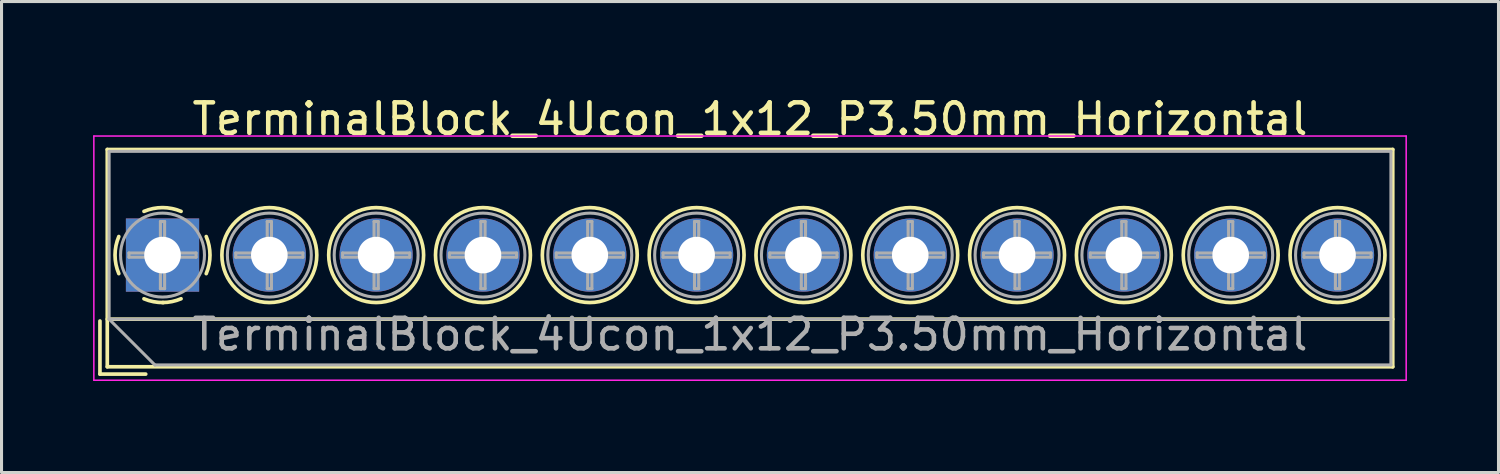
<source format=kicad_pcb>
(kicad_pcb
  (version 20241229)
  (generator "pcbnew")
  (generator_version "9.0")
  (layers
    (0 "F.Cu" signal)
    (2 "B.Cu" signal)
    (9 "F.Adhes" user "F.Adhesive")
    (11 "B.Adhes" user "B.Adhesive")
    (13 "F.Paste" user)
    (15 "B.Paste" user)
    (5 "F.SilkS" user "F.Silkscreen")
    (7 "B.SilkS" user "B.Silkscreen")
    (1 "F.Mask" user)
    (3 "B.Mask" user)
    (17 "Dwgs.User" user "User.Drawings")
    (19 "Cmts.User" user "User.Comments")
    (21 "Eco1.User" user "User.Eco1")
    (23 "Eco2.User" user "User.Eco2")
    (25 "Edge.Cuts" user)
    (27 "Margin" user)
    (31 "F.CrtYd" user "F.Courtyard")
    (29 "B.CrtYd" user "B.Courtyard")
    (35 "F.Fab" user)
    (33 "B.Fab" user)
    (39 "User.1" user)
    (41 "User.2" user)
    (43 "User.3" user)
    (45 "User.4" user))
  (footprint "TerminalBlock_4Ucon_1x12_P3.50mm_Horizontal"
    (layer "F.Cu")
    (at 2.275 5.308)
    (property "Reference" "TerminalBlock_4Ucon_1x12_P3.50mm_Horizontal" (at 19.25 -4.46 0) (layer "F.SilkS") (effects (font (size 1 1) (thickness 0.15))))
    (attr through_hole)
    (fp_line (start -2.05 2.16) (end -2.05 3.9) (stroke (width 0.12) (type solid)) (layer "F.SilkS"))
    (fp_line (start -2.05 3.9) (end -0.55 3.9) (stroke (width 0.12) (type solid)) (layer "F.SilkS"))
    (fp_line (start -1.81 -3.46) (end -1.81 3.66) (stroke (width 0.12) (type solid)) (layer "F.SilkS"))
    (fp_line (start -1.81 -3.46) (end 40.31 -3.46) (stroke (width 0.12) (type solid)) (layer "F.SilkS"))
    (fp_line (start -1.81 2.1) (end 40.31 2.1) (stroke (width 0.12) (type solid)) (layer "F.SilkS"))
    (fp_line (start -1.81 3.66) (end 40.31 3.66) (stroke (width 0.12) (type solid)) (layer "F.SilkS"))
    (fp_line (start 40.31 -3.46) (end 40.31 3.66) (stroke (width 0.12) (type solid)) (layer "F.SilkS"))
    (fp_arc (start -1.432109 0.607742) (mid -1.555727 -0.00014) (end -1.432 -0.608) (stroke (width 0.12) (type solid)) (layer "F.SilkS"))
    (fp_arc (start -0.607742 -1.432109) (mid 0.00014 -1.555727) (end 0.608 -1.432) (stroke (width 0.12) (type solid)) (layer "F.SilkS"))
    (fp_arc (start 0.027011 1.555493) (mid -0.296984 1.527118) (end -0.608 1.432) (stroke (width 0.12) (type solid)) (layer "F.SilkS"))
    (fp_arc (start 0.607587 1.431385) (mid 0.310017 1.523783) (end 0 1.555) (stroke (width 0.12) (type solid)) (layer "F.SilkS"))
    (fp_arc (start 1.432109 -0.607742) (mid 1.555727 0.00014) (end 1.432 0.608) (stroke (width 0.12) (type solid)) (layer "F.SilkS"))
    (fp_circle (center 3.5 0) (end 5.055 0) (stroke (width 0.12) (type solid)) (fill no) (layer "F.SilkS"))
    (fp_circle (center 7 0) (end 8.555 0) (stroke (width 0.12) (type solid)) (fill no) (layer "F.SilkS"))
    (fp_circle (center 10.5 0) (end 12.055 0) (stroke (width 0.12) (type solid)) (fill no) (layer "F.SilkS"))
    (fp_circle (center 14 0) (end 15.555 0) (stroke (width 0.12) (type solid)) (fill no) (layer "F.SilkS"))
    (fp_circle (center 17.5 0) (end 19.055 0) (stroke (width 0.12) (type solid)) (fill no) (layer "F.SilkS"))
    (fp_circle (center 21 0) (end 22.555 0) (stroke (width 0.12) (type solid)) (fill no) (layer "F.SilkS"))
    (fp_circle (center 24.5 0) (end 26.055 0) (stroke (width 0.12) (type solid)) (fill no) (layer "F.SilkS"))
    (fp_circle (center 28 0) (end 29.555 0) (stroke (width 0.12) (type solid)) (fill no) (layer "F.SilkS"))
    (fp_circle (center 31.5 0) (end 33.055 0) (stroke (width 0.12) (type solid)) (fill no) (layer "F.SilkS"))
    (fp_circle (center 35 0) (end 36.555 0) (stroke (width 0.12) (type solid)) (fill no) (layer "F.SilkS"))
    (fp_circle (center 38.5 0) (end 40.055 0) (stroke (width 0.12) (type solid)) (fill no) (layer "F.SilkS"))
    (fp_line (start -2.25 -3.9) (end -2.25 4.1) (stroke (width 0.05) (type solid)) (layer "F.CrtYd"))
    (fp_line (start -2.25 4.1) (end 40.75 4.1) (stroke (width 0.05) (type solid)) (layer "F.CrtYd"))
    (fp_line (start 40.75 -3.9) (end -2.25 -3.9) (stroke (width 0.05) (type solid)) (layer "F.CrtYd"))
    (fp_line (start 40.75 4.1) (end 40.75 -3.9) (stroke (width 0.05) (type solid)) (layer "F.CrtYd"))
    (fp_line (start -1.75 -3.4) (end 40.25 -3.4) (stroke (width 0.1) (type solid)) (layer "F.Fab"))
    (fp_line (start -1.75 2.1) (end -1.75 -3.4) (stroke (width 0.1) (type solid)) (layer "F.Fab"))
    (fp_line (start -1.75 2.1) (end 40.25 2.1) (stroke (width 0.1) (type solid)) (layer "F.Fab"))
    (fp_line (start -1.1 -0.069) (end -0.069 -0.069) (stroke (width 0.1) (type solid)) (layer "F.Fab"))
    (fp_line (start -1.1 0.069) (end -1.1 -0.069) (stroke (width 0.1) (type solid)) (layer "F.Fab"))
    (fp_line (start -0.25 3.6) (end -1.75 2.1) (stroke (width 0.1) (type solid)) (layer "F.Fab"))
    (fp_line (start -0.069 -1.1) (end 0.069 -1.1) (stroke (width 0.1) (type solid)) (layer "F.Fab"))
    (fp_line (start -0.069 -0.069) (end -0.069 -1.1) (stroke (width 0.1) (type solid)) (layer "F.Fab"))
    (fp_line (start -0.069 0.069) (end -1.1 0.069) (stroke (width 0.1) (type solid)) (layer "F.Fab"))
    (fp_line (start -0.069 1.1) (end -0.069 0.069) (stroke (width 0.1) (type solid)) (layer "F.Fab"))
    (fp_line (start 0.069 -1.1) (end 0.069 -0.069) (stroke (width 0.1) (type solid)) (layer "F.Fab"))
    (fp_line (start 0.069 -0.069) (end 1.1 -0.069) (stroke (width 0.1) (type solid)) (layer "F.Fab"))
    (fp_line (start 0.069 0.069) (end 0.069 1.1) (stroke (width 0.1) (type solid)) (layer "F.Fab"))
    (fp_line (start 0.069 1.1) (end -0.069 1.1) (stroke (width 0.1) (type solid)) (layer "F.Fab"))
    (fp_line (start 1.1 -0.069) (end 1.1 0.069) (stroke (width 0.1) (type solid)) (layer "F.Fab"))
    (fp_line (start 1.1 0.069) (end 0.069 0.069) (stroke (width 0.1) (type solid)) (layer "F.Fab"))
    (fp_line (start 2.4 -0.069) (end 3.431 -0.069) (stroke (width 0.1) (type solid)) (layer "F.Fab"))
    (fp_line (start 2.4 0.069) (end 2.4 -0.069) (stroke (width 0.1) (type solid)) (layer "F.Fab"))
    (fp_line (start 3.431 -1.1) (end 3.569 -1.1) (stroke (width 0.1) (type solid)) (layer "F.Fab"))
    (fp_line (start 3.431 -0.069) (end 3.431 -1.1) (stroke (width 0.1) (type solid)) (layer "F.Fab"))
    (fp_line (start 3.431 0.069) (end 2.4 0.069) (stroke (width 0.1) (type solid)) (layer "F.Fab"))
    (fp_line (start 3.431 1.1) (end 3.431 0.069) (stroke (width 0.1) (type solid)) (layer "F.Fab"))
    (fp_line (start 3.569 -1.1) (end 3.569 -0.069) (stroke (width 0.1) (type solid)) (layer "F.Fab"))
    (fp_line (start 3.569 -0.069) (end 4.6 -0.069) (stroke (width 0.1) (type solid)) (layer "F.Fab"))
    (fp_line (start 3.569 0.069) (end 3.569 1.1) (stroke (width 0.1) (type solid)) (layer "F.Fab"))
    (fp_line (start 3.569 1.1) (end 3.431 1.1) (stroke (width 0.1) (type solid)) (layer "F.Fab"))
    (fp_line (start 4.6 -0.069) (end 4.6 0.069) (stroke (width 0.1) (type solid)) (layer "F.Fab"))
    (fp_line (start 4.6 0.069) (end 3.569 0.069) (stroke (width 0.1) (type solid)) (layer "F.Fab"))
    (fp_line (start 5.9 -0.069) (end 6.931 -0.069) (stroke (width 0.1) (type solid)) (layer "F.Fab"))
    (fp_line (start 5.9 0.069) (end 5.9 -0.069) (stroke (width 0.1) (type solid)) (layer "F.Fab"))
    (fp_line (start 6.931 -1.1) (end 7.069 -1.1) (stroke (width 0.1) (type solid)) (layer "F.Fab"))
    (fp_line (start 6.931 -0.069) (end 6.931 -1.1) (stroke (width 0.1) (type solid)) (layer "F.Fab"))
    (fp_line (start 6.931 0.069) (end 5.9 0.069) (stroke (width 0.1) (type solid)) (layer "F.Fab"))
    (fp_line (start 6.931 1.1) (end 6.931 0.069) (stroke (width 0.1) (type solid)) (layer "F.Fab"))
    (fp_line (start 7.069 -1.1) (end 7.069 -0.069) (stroke (width 0.1) (type solid)) (layer "F.Fab"))
    (fp_line (start 7.069 -0.069) (end 8.1 -0.069) (stroke (width 0.1) (type solid)) (layer "F.Fab"))
    (fp_line (start 7.069 0.069) (end 7.069 1.1) (stroke (width 0.1) (type solid)) (layer "F.Fab"))
    (fp_line (start 7.069 1.1) (end 6.931 1.1) (stroke (width 0.1) (type solid)) (layer "F.Fab"))
    (fp_line (start 8.1 -0.069) (end 8.1 0.069) (stroke (width 0.1) (type solid)) (layer "F.Fab"))
    (fp_line (start 8.1 0.069) (end 7.069 0.069) (stroke (width 0.1) (type solid)) (layer "F.Fab"))
    (fp_line (start 9.4 -0.069) (end 10.431 -0.069) (stroke (width 0.1) (type solid)) (layer "F.Fab"))
    (fp_line (start 9.4 0.069) (end 9.4 -0.069) (stroke (width 0.1) (type solid)) (layer "F.Fab"))
    (fp_line (start 10.431 -1.1) (end 10.569 -1.1) (stroke (width 0.1) (type solid)) (layer "F.Fab"))
    (fp_line (start 10.431 -0.069) (end 10.431 -1.1) (stroke (width 0.1) (type solid)) (layer "F.Fab"))
    (fp_line (start 10.431 0.069) (end 9.4 0.069) (stroke (width 0.1) (type solid)) (layer "F.Fab"))
    (fp_line (start 10.431 1.1) (end 10.431 0.069) (stroke (width 0.1) (type solid)) (layer "F.Fab"))
    (fp_line (start 10.569 -1.1) (end 10.569 -0.069) (stroke (width 0.1) (type solid)) (layer "F.Fab"))
    (fp_line (start 10.569 -0.069) (end 11.6 -0.069) (stroke (width 0.1) (type solid)) (layer "F.Fab"))
    (fp_line (start 10.569 0.069) (end 10.569 1.1) (stroke (width 0.1) (type solid)) (layer "F.Fab"))
    (fp_line (start 10.569 1.1) (end 10.431 1.1) (stroke (width 0.1) (type solid)) (layer "F.Fab"))
    (fp_line (start 11.6 -0.069) (end 11.6 0.069) (stroke (width 0.1) (type solid)) (layer "F.Fab"))
    (fp_line (start 11.6 0.069) (end 10.569 0.069) (stroke (width 0.1) (type solid)) (layer "F.Fab"))
    (fp_line (start 12.9 -0.069) (end 13.931 -0.069) (stroke (width 0.1) (type solid)) (layer "F.Fab"))
    (fp_line (start 12.9 0.069) (end 12.9 -0.069) (stroke (width 0.1) (type solid)) (layer "F.Fab"))
    (fp_line (start 13.931 -1.1) (end 14.069 -1.1) (stroke (width 0.1) (type solid)) (layer "F.Fab"))
    (fp_line (start 13.931 -0.069) (end 13.931 -1.1) (stroke (width 0.1) (type solid)) (layer "F.Fab"))
    (fp_line (start 13.931 0.069) (end 12.9 0.069) (stroke (width 0.1) (type solid)) (layer "F.Fab"))
    (fp_line (start 13.931 1.1) (end 13.931 0.069) (stroke (width 0.1) (type solid)) (layer "F.Fab"))
    (fp_line (start 14.069 -1.1) (end 14.069 -0.069) (stroke (width 0.1) (type solid)) (layer "F.Fab"))
    (fp_line (start 14.069 -0.069) (end 15.1 -0.069) (stroke (width 0.1) (type solid)) (layer "F.Fab"))
    (fp_line (start 14.069 0.069) (end 14.069 1.1) (stroke (width 0.1) (type solid)) (layer "F.Fab"))
    (fp_line (start 14.069 1.1) (end 13.931 1.1) (stroke (width 0.1) (type solid)) (layer "F.Fab"))
    (fp_line (start 15.1 -0.069) (end 15.1 0.069) (stroke (width 0.1) (type solid)) (layer "F.Fab"))
    (fp_line (start 15.1 0.069) (end 14.069 0.069) (stroke (width 0.1) (type solid)) (layer "F.Fab"))
    (fp_line (start 16.4 -0.069) (end 17.431 -0.069) (stroke (width 0.1) (type solid)) (layer "F.Fab"))
    (fp_line (start 16.4 0.069) (end 16.4 -0.069) (stroke (width 0.1) (type solid)) (layer "F.Fab"))
    (fp_line (start 17.431 -1.1) (end 17.569 -1.1) (stroke (width 0.1) (type solid)) (layer "F.Fab"))
    (fp_line (start 17.431 -0.069) (end 17.431 -1.1) (stroke (width 0.1) (type solid)) (layer "F.Fab"))
    (fp_line (start 17.431 0.069) (end 16.4 0.069) (stroke (width 0.1) (type solid)) (layer "F.Fab"))
    (fp_line (start 17.431 1.1) (end 17.431 0.069) (stroke (width 0.1) (type solid)) (layer "F.Fab"))
    (fp_line (start 17.569 -1.1) (end 17.569 -0.069) (stroke (width 0.1) (type solid)) (layer "F.Fab"))
    (fp_line (start 17.569 -0.069) (end 18.6 -0.069) (stroke (width 0.1) (type solid)) (layer "F.Fab"))
    (fp_line (start 17.569 0.069) (end 17.569 1.1) (stroke (width 0.1) (type solid)) (layer "F.Fab"))
    (fp_line (start 17.569 1.1) (end 17.431 1.1) (stroke (width 0.1) (type solid)) (layer "F.Fab"))
    (fp_line (start 18.6 -0.069) (end 18.6 0.069) (stroke (width 0.1) (type solid)) (layer "F.Fab"))
    (fp_line (start 18.6 0.069) (end 17.569 0.069) (stroke (width 0.1) (type solid)) (layer "F.Fab"))
    (fp_line (start 19.9 -0.069) (end 20.931 -0.069) (stroke (width 0.1) (type solid)) (layer "F.Fab"))
    (fp_line (start 19.9 0.069) (end 19.9 -0.069) (stroke (width 0.1) (type solid)) (layer "F.Fab"))
    (fp_line (start 20.931 -1.1) (end 21.069 -1.1) (stroke (width 0.1) (type solid)) (layer "F.Fab"))
    (fp_line (start 20.931 -0.069) (end 20.931 -1.1) (stroke (width 0.1) (type solid)) (layer "F.Fab"))
    (fp_line (start 20.931 0.069) (end 19.9 0.069) (stroke (width 0.1) (type solid)) (layer "F.Fab"))
    (fp_line (start 20.931 1.1) (end 20.931 0.069) (stroke (width 0.1) (type solid)) (layer "F.Fab"))
    (fp_line (start 21.069 -1.1) (end 21.069 -0.069) (stroke (width 0.1) (type solid)) (layer "F.Fab"))
    (fp_line (start 21.069 -0.069) (end 22.1 -0.069) (stroke (width 0.1) (type solid)) (layer "F.Fab"))
    (fp_line (start 21.069 0.069) (end 21.069 1.1) (stroke (width 0.1) (type solid)) (layer "F.Fab"))
    (fp_line (start 21.069 1.1) (end 20.931 1.1) (stroke (width 0.1) (type solid)) (layer "F.Fab"))
    (fp_line (start 22.1 -0.069) (end 22.1 0.069) (stroke (width 0.1) (type solid)) (layer "F.Fab"))
    (fp_line (start 22.1 0.069) (end 21.069 0.069) (stroke (width 0.1) (type solid)) (layer "F.Fab"))
    (fp_line (start 23.4 -0.069) (end 24.431 -0.069) (stroke (width 0.1) (type solid)) (layer "F.Fab"))
    (fp_line (start 23.4 0.069) (end 23.4 -0.069) (stroke (width 0.1) (type solid)) (layer "F.Fab"))
    (fp_line (start 24.431 -1.1) (end 24.569 -1.1) (stroke (width 0.1) (type solid)) (layer "F.Fab"))
    (fp_line (start 24.431 -0.069) (end 24.431 -1.1) (stroke (width 0.1) (type solid)) (layer "F.Fab"))
    (fp_line (start 24.431 0.069) (end 23.4 0.069) (stroke (width 0.1) (type solid)) (layer "F.Fab"))
    (fp_line (start 24.431 1.1) (end 24.431 0.069) (stroke (width 0.1) (type solid)) (layer "F.Fab"))
    (fp_line (start 24.569 -1.1) (end 24.569 -0.069) (stroke (width 0.1) (type solid)) (layer "F.Fab"))
    (fp_line (start 24.569 -0.069) (end 25.6 -0.069) (stroke (width 0.1) (type solid)) (layer "F.Fab"))
    (fp_line (start 24.569 0.069) (end 24.569 1.1) (stroke (width 0.1) (type solid)) (layer "F.Fab"))
    (fp_line (start 24.569 1.1) (end 24.431 1.1) (stroke (width 0.1) (type solid)) (layer "F.Fab"))
    (fp_line (start 25.6 -0.069) (end 25.6 0.069) (stroke (width 0.1) (type solid)) (layer "F.Fab"))
    (fp_line (start 25.6 0.069) (end 24.569 0.069) (stroke (width 0.1) (type solid)) (layer "F.Fab"))
    (fp_line (start 26.9 -0.069) (end 27.931 -0.069) (stroke (width 0.1) (type solid)) (layer "F.Fab"))
    (fp_line (start 26.9 0.069) (end 26.9 -0.069) (stroke (width 0.1) (type solid)) (layer "F.Fab"))
    (fp_line (start 27.931 -1.1) (end 28.069 -1.1) (stroke (width 0.1) (type solid)) (layer "F.Fab"))
    (fp_line (start 27.931 -0.069) (end 27.931 -1.1) (stroke (width 0.1) (type solid)) (layer "F.Fab"))
    (fp_line (start 27.931 0.069) (end 26.9 0.069) (stroke (width 0.1) (type solid)) (layer "F.Fab"))
    (fp_line (start 27.931 1.1) (end 27.931 0.069) (stroke (width 0.1) (type solid)) (layer "F.Fab"))
    (fp_line (start 28.069 -1.1) (end 28.069 -0.069) (stroke (width 0.1) (type solid)) (layer "F.Fab"))
    (fp_line (start 28.069 -0.069) (end 29.1 -0.069) (stroke (width 0.1) (type solid)) (layer "F.Fab"))
    (fp_line (start 28.069 0.069) (end 28.069 1.1) (stroke (width 0.1) (type solid)) (layer "F.Fab"))
    (fp_line (start 28.069 1.1) (end 27.931 1.1) (stroke (width 0.1) (type solid)) (layer "F.Fab"))
    (fp_line (start 29.1 -0.069) (end 29.1 0.069) (stroke (width 0.1) (type solid)) (layer "F.Fab"))
    (fp_line (start 29.1 0.069) (end 28.069 0.069) (stroke (width 0.1) (type solid)) (layer "F.Fab"))
    (fp_line (start 30.4 -0.069) (end 31.431 -0.069) (stroke (width 0.1) (type solid)) (layer "F.Fab"))
    (fp_line (start 30.4 0.069) (end 30.4 -0.069) (stroke (width 0.1) (type solid)) (layer "F.Fab"))
    (fp_line (start 31.431 -1.1) (end 31.569 -1.1) (stroke (width 0.1) (type solid)) (layer "F.Fab"))
    (fp_line (start 31.431 -0.069) (end 31.431 -1.1) (stroke (width 0.1) (type solid)) (layer "F.Fab"))
    (fp_line (start 31.431 0.069) (end 30.4 0.069) (stroke (width 0.1) (type solid)) (layer "F.Fab"))
    (fp_line (start 31.431 1.1) (end 31.431 0.069) (stroke (width 0.1) (type solid)) (layer "F.Fab"))
    (fp_line (start 31.569 -1.1) (end 31.569 -0.069) (stroke (width 0.1) (type solid)) (layer "F.Fab"))
    (fp_line (start 31.569 -0.069) (end 32.6 -0.069) (stroke (width 0.1) (type solid)) (layer "F.Fab"))
    (fp_line (start 31.569 0.069) (end 31.569 1.1) (stroke (width 0.1) (type solid)) (layer "F.Fab"))
    (fp_line (start 31.569 1.1) (end 31.431 1.1) (stroke (width 0.1) (type solid)) (layer "F.Fab"))
    (fp_line (start 32.6 -0.069) (end 32.6 0.069) (stroke (width 0.1) (type solid)) (layer "F.Fab"))
    (fp_line (start 32.6 0.069) (end 31.569 0.069) (stroke (width 0.1) (type solid)) (layer "F.Fab"))
    (fp_line (start 33.9 -0.069) (end 34.931 -0.069) (stroke (width 0.1) (type solid)) (layer "F.Fab"))
    (fp_line (start 33.9 0.069) (end 33.9 -0.069) (stroke (width 0.1) (type solid)) (layer "F.Fab"))
    (fp_line (start 34.931 -1.1) (end 35.069 -1.1) (stroke (width 0.1) (type solid)) (layer "F.Fab"))
    (fp_line (start 34.931 -0.069) (end 34.931 -1.1) (stroke (width 0.1) (type solid)) (layer "F.Fab"))
    (fp_line (start 34.931 0.069) (end 33.9 0.069) (stroke (width 0.1) (type solid)) (layer "F.Fab"))
    (fp_line (start 34.931 1.1) (end 34.931 0.069) (stroke (width 0.1) (type solid)) (layer "F.Fab"))
    (fp_line (start 35.069 -1.1) (end 35.069 -0.069) (stroke (width 0.1) (type solid)) (layer "F.Fab"))
    (fp_line (start 35.069 -0.069) (end 36.1 -0.069) (stroke (width 0.1) (type solid)) (layer "F.Fab"))
    (fp_line (start 35.069 0.069) (end 35.069 1.1) (stroke (width 0.1) (type solid)) (layer "F.Fab"))
    (fp_line (start 35.069 1.1) (end 34.931 1.1) (stroke (width 0.1) (type solid)) (layer "F.Fab"))
    (fp_line (start 36.1 -0.069) (end 36.1 0.069) (stroke (width 0.1) (type solid)) (layer "F.Fab"))
    (fp_line (start 36.1 0.069) (end 35.069 0.069) (stroke (width 0.1) (type solid)) (layer "F.Fab"))
    (fp_line (start 37.4 -0.069) (end 38.431 -0.069) (stroke (width 0.1) (type solid)) (layer "F.Fab"))
    (fp_line (start 37.4 0.069) (end 37.4 -0.069) (stroke (width 0.1) (type solid)) (layer "F.Fab"))
    (fp_line (start 38.431 -1.1) (end 38.569 -1.1) (stroke (width 0.1) (type solid)) (layer "F.Fab"))
    (fp_line (start 38.431 -0.069) (end 38.431 -1.1) (stroke (width 0.1) (type solid)) (layer "F.Fab"))
    (fp_line (start 38.431 0.069) (end 37.4 0.069) (stroke (width 0.1) (type solid)) (layer "F.Fab"))
    (fp_line (start 38.431 1.1) (end 38.431 0.069) (stroke (width 0.1) (type solid)) (layer "F.Fab"))
    (fp_line (start 38.569 -1.1) (end 38.569 -0.069) (stroke (width 0.1) (type solid)) (layer "F.Fab"))
    (fp_line (start 38.569 -0.069) (end 39.6 -0.069) (stroke (width 0.1) (type solid)) (layer "F.Fab"))
    (fp_line (start 38.569 0.069) (end 38.569 1.1) (stroke (width 0.1) (type solid)) (layer "F.Fab"))
    (fp_line (start 38.569 1.1) (end 38.431 1.1) (stroke (width 0.1) (type solid)) (layer "F.Fab"))
    (fp_line (start 39.6 -0.069) (end 39.6 0.069) (stroke (width 0.1) (type solid)) (layer "F.Fab"))
    (fp_line (start 39.6 0.069) (end 38.569 0.069) (stroke (width 0.1) (type solid)) (layer "F.Fab"))
    (fp_line (start 40.25 -3.4) (end 40.25 3.6) (stroke (width 0.1) (type solid)) (layer "F.Fab"))
    (fp_line (start 40.25 3.6) (end -0.25 3.6) (stroke (width 0.1) (type solid)) (layer "F.Fab"))
    (fp_circle (center 0 0) (end 1.375 0) (stroke (width 0.1) (type solid)) (fill no) (layer "F.Fab"))
    (fp_circle (center 3.5 0) (end 4.875 0) (stroke (width 0.1) (type solid)) (fill no) (layer "F.Fab"))
    (fp_circle (center 7 0) (end 8.375 0) (stroke (width 0.1) (type solid)) (fill no) (layer "F.Fab"))
    (fp_circle (center 10.5 0) (end 11.875 0) (stroke (width 0.1) (type solid)) (fill no) (layer "F.Fab"))
    (fp_circle (center 14 0) (end 15.375 0) (stroke (width 0.1) (type solid)) (fill no) (layer "F.Fab"))
    (fp_circle (center 17.5 0) (end 18.875 0) (stroke (width 0.1) (type solid)) (fill no) (layer "F.Fab"))
    (fp_circle (center 21 0) (end 22.375 0) (stroke (width 0.1) (type solid)) (fill no) (layer "F.Fab"))
    (fp_circle (center 24.5 0) (end 25.875 0) (stroke (width 0.1) (type solid)) (fill no) (layer "F.Fab"))
    (fp_circle (center 28 0) (end 29.375 0) (stroke (width 0.1) (type solid)) (fill no) (layer "F.Fab"))
    (fp_circle (center 31.5 0) (end 32.875 0) (stroke (width 0.1) (type solid)) (fill no) (layer "F.Fab"))
    (fp_circle (center 35 0) (end 36.375 0) (stroke (width 0.1) (type solid)) (fill no) (layer "F.Fab"))
    (fp_circle (center 38.5 0) (end 39.875 0) (stroke (width 0.1) (type solid)) (fill no) (layer "F.Fab"))
    (fp_text user "${REFERENCE}" (at 19.25 2.6 0) (layer "F.Fab") (effects (font (size 1 1) (thickness 0.15))))
    (pad "1" thru_hole rect (at 0 0) (size 2.4 2.4) (drill 1.2) (layers "*.Cu" "*.Mask"))
    (pad "2" thru_hole circle (at 3.5 0) (size 2.4 2.4) (drill 1.2) (layers "*.Cu" "*.Mask"))
    (pad "3" thru_hole circle (at 7 0) (size 2.4 2.4) (drill 1.2) (layers "*.Cu" "*.Mask"))
    (pad "4" thru_hole circle (at 10.5 0) (size 2.4 2.4) (drill 1.2) (layers "*.Cu" "*.Mask"))
    (pad "5" thru_hole circle (at 14 0) (size 2.4 2.4) (drill 1.2) (layers "*.Cu" "*.Mask"))
    (pad "6" thru_hole circle (at 17.5 0) (size 2.4 2.4) (drill 1.2) (layers "*.Cu" "*.Mask"))
    (pad "7" thru_hole circle (at 21 0) (size 2.4 2.4) (drill 1.2) (layers "*.Cu" "*.Mask"))
    (pad "8" thru_hole circle (at 24.5 0) (size 2.4 2.4) (drill 1.2) (layers "*.Cu" "*.Mask"))
    (pad "9" thru_hole circle (at 28 0) (size 2.4 2.4) (drill 1.2) (layers "*.Cu" "*.Mask"))
    (pad "10" thru_hole circle (at 31.5 0) (size 2.4 2.4) (drill 1.2) (layers "*.Cu" "*.Mask"))
    (pad "11" thru_hole circle (at 35 0) (size 2.4 2.4) (drill 1.2) (layers "*.Cu" "*.Mask"))
    (pad "12" thru_hole circle (at 38.5 0) (size 2.4 2.4) (drill 1.2) (layers "*.Cu" "*.Mask")))
  (gr_rect
    (start -3 -3)
    (end 46.05 12.433)
    (stroke (width 0.1) (type default))
    (fill no)
    (layer "Edge.Cuts")))
</source>
